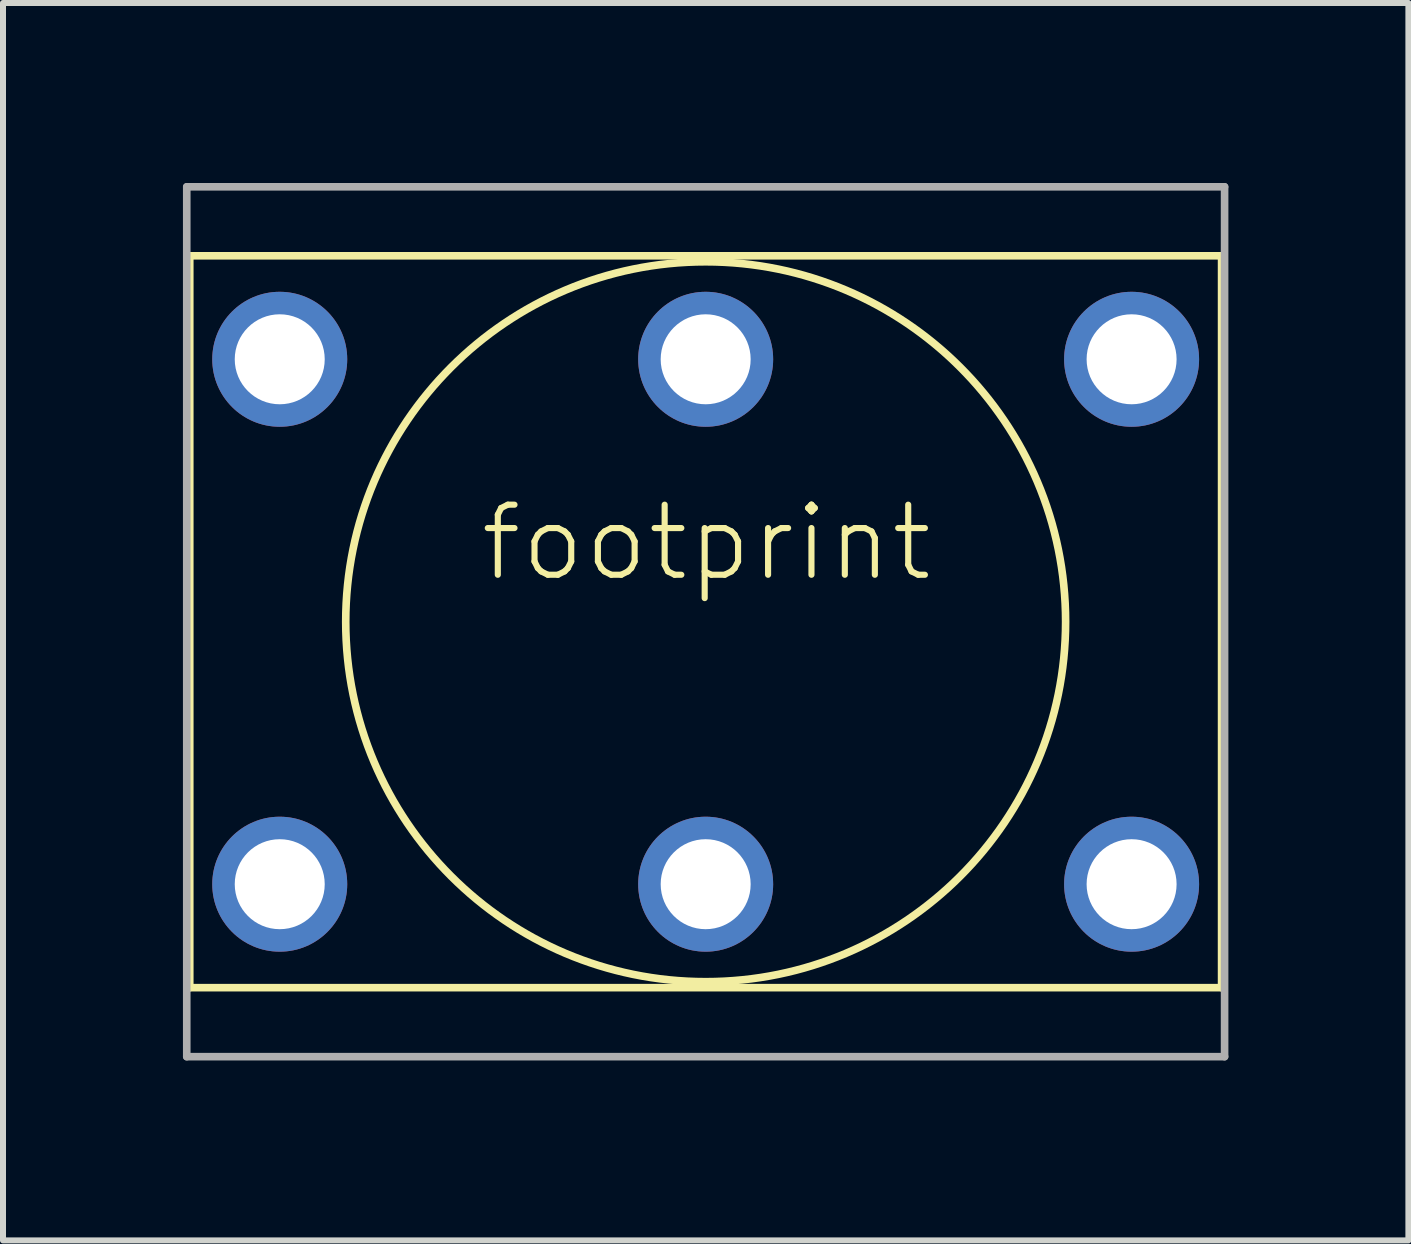
<source format=kicad_pcb>
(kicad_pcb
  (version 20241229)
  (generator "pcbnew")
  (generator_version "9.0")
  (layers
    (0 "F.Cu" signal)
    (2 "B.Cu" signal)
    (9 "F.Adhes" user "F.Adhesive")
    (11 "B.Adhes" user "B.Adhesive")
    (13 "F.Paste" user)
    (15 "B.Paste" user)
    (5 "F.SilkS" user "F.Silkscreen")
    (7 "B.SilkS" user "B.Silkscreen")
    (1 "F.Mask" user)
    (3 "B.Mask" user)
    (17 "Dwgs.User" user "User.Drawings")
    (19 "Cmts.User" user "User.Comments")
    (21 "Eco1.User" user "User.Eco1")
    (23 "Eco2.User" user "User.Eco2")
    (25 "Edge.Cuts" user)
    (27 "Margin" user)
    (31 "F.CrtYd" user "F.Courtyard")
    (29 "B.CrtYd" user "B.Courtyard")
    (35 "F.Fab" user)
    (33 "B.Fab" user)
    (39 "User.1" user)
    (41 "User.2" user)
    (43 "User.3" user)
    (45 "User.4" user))
  (footprint "footprint"
    (layer "F.Cu")
    (at 8.713 7.314)
    (property "Reference" "footprint" (at -3.81 -0.635 0) (layer "F.SilkS") (effects (font (size 1.168 1.168) (thickness 0.102)) (justify left bottom)))
    (fp_line (start -8.6 -6.1) (end -8.6 6.1) (stroke (width 0.127) (type solid)) (layer "F.SilkS"))
    (fp_line (start -8.6 6.1) (end 8.6 6.1) (stroke (width 0.127) (type solid)) (layer "F.SilkS"))
    (fp_line (start 8.6 -6.1) (end -8.6 -6.1) (stroke (width 0.127) (type solid)) (layer "F.SilkS"))
    (fp_line (start 8.6 6.1) (end 8.6 -6.1) (stroke (width 0.127) (type solid)) (layer "F.SilkS"))
    (fp_circle (center 0 0) (end 6 0) (stroke (width 0.127) (type solid)) (fill no) (layer "F.SilkS"))
    (fp_line (start -8.65 -7.25) (end 8.65 -7.25) (stroke (width 0.127) (type solid)) (layer "F.Fab"))
    (fp_line (start -8.65 7.25) (end -8.65 -7.25) (stroke (width 0.127) (type solid)) (layer "F.Fab"))
    (fp_line (start 8.65 -7.25) (end 8.65 7.25) (stroke (width 0.127) (type solid)) (layer "F.Fab"))
    (fp_line (start 8.65 7.25) (end -8.65 7.25) (stroke (width 0.127) (type solid)) (layer "F.Fab"))
    (pad "P$1" thru_hole circle (at -7.1 -4.375) (size 2.25 2.25) (drill 1.5) (layers "*.Cu" "*.Mask"))
    (pad "P$2" thru_hole circle (at 0 -4.375) (size 2.25 2.25) (drill 1.5) (layers "*.Cu" "*.Mask"))
    (pad "P$3" thru_hole circle (at 7.1 -4.375) (size 2.25 2.25) (drill 1.5) (layers "*.Cu" "*.Mask"))
    (pad "P$4" thru_hole circle (at -7.1 4.375) (size 2.25 2.25) (drill 1.5) (layers "*.Cu" "*.Mask"))
    (pad "P$5" thru_hole circle (at 0 4.375) (size 2.25 2.25) (drill 1.5) (layers "*.Cu" "*.Mask"))
    (pad "P$6" thru_hole circle (at 7.1 4.375) (size 2.25 2.25) (drill 1.5) (layers "*.Cu" "*.Mask")))
  (gr_rect
    (start -3 -3)
    (end 20.427 17.627)
    (stroke (width 0.1) (type default))
    (fill no)
    (layer "Edge.Cuts")))
</source>
